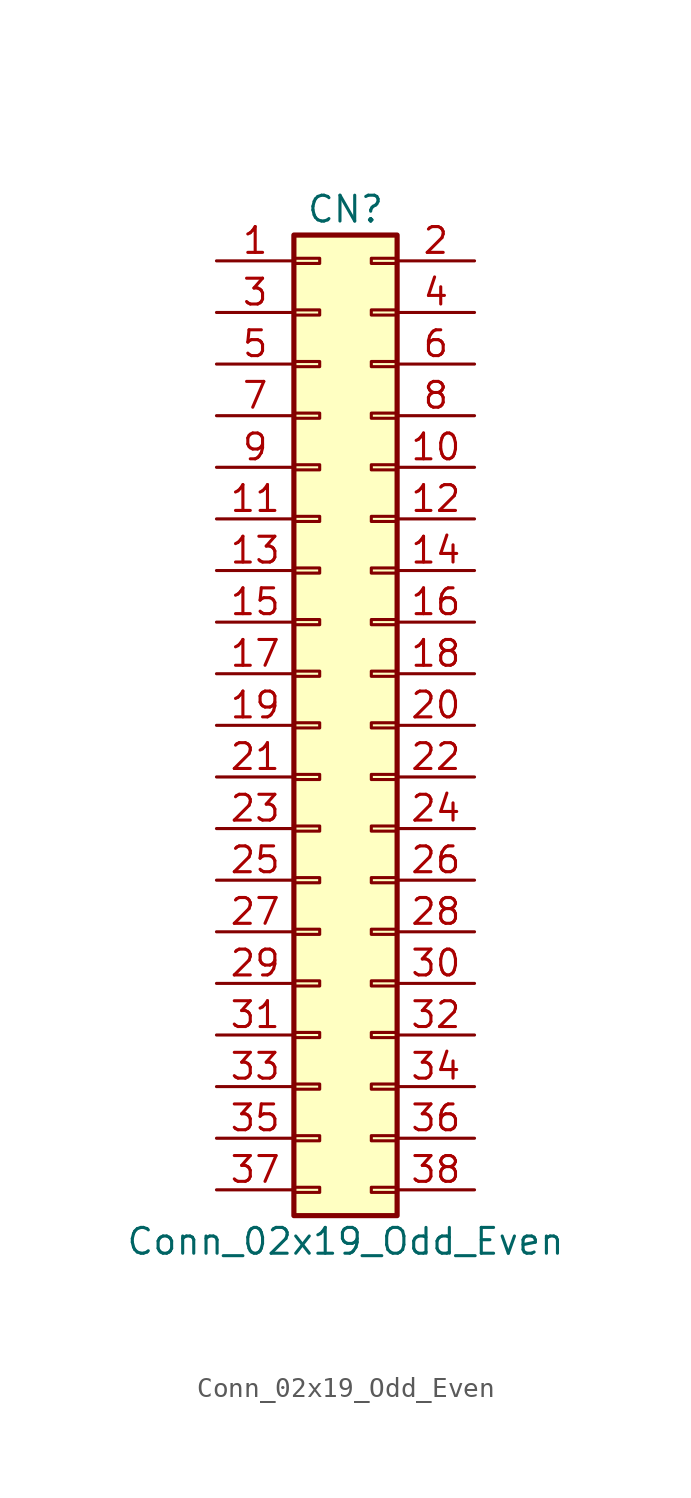
<source format=kicad_sym>
(kicad_symbol_lib
  (version 20211014)
  (generator kicad_symbol_editor)
  (symbol "Conn_02x19_Odd_Even"
    (pin_names
      (offset 1.016) hide)
    (property "Reference" "CN"
      (at 1.27 25.4 0)
      (effects (font (size 1.27 1.27))))
    (property "Value" "Conn_02x19_Odd_Even"
      (at 1.27 -25.4 0)
      (effects (font (size 1.27 1.27))))
    (symbol "Conn_02x19_Odd_Even_1_1"
      (rectangle (start -1.27 -22.733) (end 0 -22.987) (stroke (width 0.152) (type default) (color 0 0 0 0)) (fill (type none)))
      (rectangle (start -1.27 -20.193) (end 0 -20.447) (stroke (width 0.152) (type default) (color 0 0 0 0)) (fill (type none)))
      (rectangle (start -1.27 -17.653) (end 0 -17.907) (stroke (width 0.152) (type default) (color 0 0 0 0)) (fill (type none)))
      (rectangle (start -1.27 -15.113) (end 0 -15.367) (stroke (width 0.152) (type default) (color 0 0 0 0)) (fill (type none)))
      (rectangle (start -1.27 -12.573) (end 0 -12.827) (stroke (width 0.152) (type default) (color 0 0 0 0)) (fill (type none)))
      (rectangle (start -1.27 -10.033) (end 0 -10.287) (stroke (width 0.152) (type default) (color 0 0 0 0)) (fill (type none)))
      (rectangle (start -1.27 -7.493) (end 0 -7.747) (stroke (width 0.152) (type default) (color 0 0 0 0)) (fill (type none)))
      (rectangle (start -1.27 -4.953) (end 0 -5.207) (stroke (width 0.152) (type default) (color 0 0 0 0)) (fill (type none)))
      (rectangle (start -1.27 -2.413) (end 0 -2.667) (stroke (width 0.152) (type default) (color 0 0 0 0)) (fill (type none)))
      (rectangle (start -1.27 0.127) (end 0 -0.127) (stroke (width 0.152) (type default) (color 0 0 0 0)) (fill (type none)))
      (rectangle (start -1.27 2.667) (end 0 2.413) (stroke (width 0.152) (type default) (color 0 0 0 0)) (fill (type none)))
      (rectangle (start -1.27 5.207) (end 0 4.953) (stroke (width 0.152) (type default) (color 0 0 0 0)) (fill (type none)))
      (rectangle (start -1.27 7.747) (end 0 7.493) (stroke (width 0.152) (type default) (color 0 0 0 0)) (fill (type none)))
      (rectangle (start -1.27 10.287) (end 0 10.033) (stroke (width 0.152) (type default) (color 0 0 0 0)) (fill (type none)))
      (rectangle (start -1.27 12.827) (end 0 12.573) (stroke (width 0.152) (type default) (color 0 0 0 0)) (fill (type none)))
      (rectangle (start -1.27 15.367) (end 0 15.113) (stroke (width 0.152) (type default) (color 0 0 0 0)) (fill (type none)))
      (rectangle (start -1.27 17.907) (end 0 17.653) (stroke (width 0.152) (type default) (color 0 0 0 0)) (fill (type none)))
      (rectangle (start -1.27 20.447) (end 0 20.193) (stroke (width 0.152) (type default) (color 0 0 0 0)) (fill (type none)))
      (rectangle (start -1.27 22.987) (end 0 22.733) (stroke (width 0.152) (type default) (color 0 0 0 0)) (fill (type none)))
      (rectangle (start -1.27 24.13) (end 3.81 -24.13) (stroke (width 0.254) (type default) (color 0 0 0 0)) (fill (type background)))
      (rectangle (start 3.81 -22.733) (end 2.54 -22.987) (stroke (width 0.152) (type default) (color 0 0 0 0)) (fill (type none)))
      (rectangle (start 3.81 -20.193) (end 2.54 -20.447) (stroke (width 0.152) (type default) (color 0 0 0 0)) (fill (type none)))
      (rectangle (start 3.81 -17.653) (end 2.54 -17.907) (stroke (width 0.152) (type default) (color 0 0 0 0)) (fill (type none)))
      (rectangle (start 3.81 -15.113) (end 2.54 -15.367) (stroke (width 0.152) (type default) (color 0 0 0 0)) (fill (type none)))
      (rectangle (start 3.81 -12.573) (end 2.54 -12.827) (stroke (width 0.152) (type default) (color 0 0 0 0)) (fill (type none)))
      (rectangle (start 3.81 -10.033) (end 2.54 -10.287) (stroke (width 0.152) (type default) (color 0 0 0 0)) (fill (type none)))
      (rectangle (start 3.81 -7.493) (end 2.54 -7.747) (stroke (width 0.152) (type default) (color 0 0 0 0)) (fill (type none)))
      (rectangle (start 3.81 -4.953) (end 2.54 -5.207) (stroke (width 0.152) (type default) (color 0 0 0 0)) (fill (type none)))
      (rectangle (start 3.81 -2.413) (end 2.54 -2.667) (stroke (width 0.152) (type default) (color 0 0 0 0)) (fill (type none)))
      (rectangle (start 3.81 0.127) (end 2.54 -0.127) (stroke (width 0.152) (type default) (color 0 0 0 0)) (fill (type none)))
      (rectangle (start 3.81 2.667) (end 2.54 2.413) (stroke (width 0.152) (type default) (color 0 0 0 0)) (fill (type none)))
      (rectangle (start 3.81 5.207) (end 2.54 4.953) (stroke (width 0.152) (type default) (color 0 0 0 0)) (fill (type none)))
      (rectangle (start 3.81 7.747) (end 2.54 7.493) (stroke (width 0.152) (type default) (color 0 0 0 0)) (fill (type none)))
      (rectangle (start 3.81 10.287) (end 2.54 10.033) (stroke (width 0.152) (type default) (color 0 0 0 0)) (fill (type none)))
      (rectangle (start 3.81 12.827) (end 2.54 12.573) (stroke (width 0.152) (type default) (color 0 0 0 0)) (fill (type none)))
      (rectangle (start 3.81 15.367) (end 2.54 15.113) (stroke (width 0.152) (type default) (color 0 0 0 0)) (fill (type none)))
      (rectangle (start 3.81 17.907) (end 2.54 17.653) (stroke (width 0.152) (type default) (color 0 0 0 0)) (fill (type none)))
      (rectangle (start 3.81 20.447) (end 2.54 20.193) (stroke (width 0.152) (type default) (color 0 0 0 0)) (fill (type none)))
      (rectangle (start 3.81 22.987) (end 2.54 22.733) (stroke (width 0.152) (type default) (color 0 0 0 0)) (fill (type none)))
      (pin passive line (at -5.08 22.86 0) (length 3.81) (name "Pin_1" (effects (font (size 1.27 1.27)))) (number "1" (effects (font (size 1.27 1.27)))))
      (pin passive line (at 7.62 12.7 180) (length 3.81) (name "Pin_10" (effects (font (size 1.27 1.27)))) (number "10" (effects (font (size 1.27 1.27)))))
      (pin passive line (at -5.08 10.16 0) (length 3.81) (name "Pin_11" (effects (font (size 1.27 1.27)))) (number "11" (effects (font (size 1.27 1.27)))))
      (pin passive line (at 7.62 10.16 180) (length 3.81) (name "Pin_12" (effects (font (size 1.27 1.27)))) (number "12" (effects (font (size 1.27 1.27)))))
      (pin passive line (at -5.08 7.62 0) (length 3.81) (name "Pin_13" (effects (font (size 1.27 1.27)))) (number "13" (effects (font (size 1.27 1.27)))))
      (pin passive line (at 7.62 7.62 180) (length 3.81) (name "Pin_14" (effects (font (size 1.27 1.27)))) (number "14" (effects (font (size 1.27 1.27)))))
      (pin passive line (at -5.08 5.08 0) (length 3.81) (name "Pin_15" (effects (font (size 1.27 1.27)))) (number "15" (effects (font (size 1.27 1.27)))))
      (pin passive line (at 7.62 5.08 180) (length 3.81) (name "Pin_16" (effects (font (size 1.27 1.27)))) (number "16" (effects (font (size 1.27 1.27)))))
      (pin passive line (at -5.08 2.54 0) (length 3.81) (name "Pin_17" (effects (font (size 1.27 1.27)))) (number "17" (effects (font (size 1.27 1.27)))))
      (pin passive line (at 7.62 2.54 180) (length 3.81) (name "Pin_18" (effects (font (size 1.27 1.27)))) (number "18" (effects (font (size 1.27 1.27)))))
      (pin passive line (at -5.08 0 0) (length 3.81) (name "Pin_19" (effects (font (size 1.27 1.27)))) (number "19" (effects (font (size 1.27 1.27)))))
      (pin passive line (at 7.62 22.86 180) (length 3.81) (name "Pin_2" (effects (font (size 1.27 1.27)))) (number "2" (effects (font (size 1.27 1.27)))))
      (pin passive line (at 7.62 0 180) (length 3.81) (name "Pin_20" (effects (font (size 1.27 1.27)))) (number "20" (effects (font (size 1.27 1.27)))))
      (pin passive line (at -5.08 -2.54 0) (length 3.81) (name "Pin_21" (effects (font (size 1.27 1.27)))) (number "21" (effects (font (size 1.27 1.27)))))
      (pin passive line (at 7.62 -2.54 180) (length 3.81) (name "Pin_22" (effects (font (size 1.27 1.27)))) (number "22" (effects (font (size 1.27 1.27)))))
      (pin passive line (at -5.08 -5.08 0) (length 3.81) (name "Pin_23" (effects (font (size 1.27 1.27)))) (number "23" (effects (font (size 1.27 1.27)))))
      (pin passive line (at 7.62 -5.08 180) (length 3.81) (name "Pin_24" (effects (font (size 1.27 1.27)))) (number "24" (effects (font (size 1.27 1.27)))))
      (pin passive line (at -5.08 -7.62 0) (length 3.81) (name "Pin_25" (effects (font (size 1.27 1.27)))) (number "25" (effects (font (size 1.27 1.27)))))
      (pin passive line (at 7.62 -7.62 180) (length 3.81) (name "Pin_26" (effects (font (size 1.27 1.27)))) (number "26" (effects (font (size 1.27 1.27)))))
      (pin passive line (at -5.08 -10.16 0) (length 3.81) (name "Pin_27" (effects (font (size 1.27 1.27)))) (number "27" (effects (font (size 1.27 1.27)))))
      (pin passive line (at 7.62 -10.16 180) (length 3.81) (name "Pin_28" (effects (font (size 1.27 1.27)))) (number "28" (effects (font (size 1.27 1.27)))))
      (pin passive line (at -5.08 -12.7 0) (length 3.81) (name "Pin_29" (effects (font (size 1.27 1.27)))) (number "29" (effects (font (size 1.27 1.27)))))
      (pin passive line (at -5.08 20.32 0) (length 3.81) (name "Pin_3" (effects (font (size 1.27 1.27)))) (number "3" (effects (font (size 1.27 1.27)))))
      (pin passive line (at 7.62 -12.7 180) (length 3.81) (name "Pin_30" (effects (font (size 1.27 1.27)))) (number "30" (effects (font (size 1.27 1.27)))))
      (pin passive line (at -5.08 -15.24 0) (length 3.81) (name "Pin_31" (effects (font (size 1.27 1.27)))) (number "31" (effects (font (size 1.27 1.27)))))
      (pin passive line (at 7.62 -15.24 180) (length 3.81) (name "Pin_32" (effects (font (size 1.27 1.27)))) (number "32" (effects (font (size 1.27 1.27)))))
      (pin passive line (at -5.08 -17.78 0) (length 3.81) (name "Pin_33" (effects (font (size 1.27 1.27)))) (number "33" (effects (font (size 1.27 1.27)))))
      (pin passive line (at 7.62 -17.78 180) (length 3.81) (name "Pin_34" (effects (font (size 1.27 1.27)))) (number "34" (effects (font (size 1.27 1.27)))))
      (pin passive line (at -5.08 -20.32 0) (length 3.81) (name "Pin_35" (effects (font (size 1.27 1.27)))) (number "35" (effects (font (size 1.27 1.27)))))
      (pin passive line (at 7.62 -20.32 180) (length 3.81) (name "Pin_36" (effects (font (size 1.27 1.27)))) (number "36" (effects (font (size 1.27 1.27)))))
      (pin passive line (at -5.08 -22.86 0) (length 3.81) (name "Pin_37" (effects (font (size 1.27 1.27)))) (number "37" (effects (font (size 1.27 1.27)))))
      (pin passive line (at 7.62 -22.86 180) (length 3.81) (name "Pin_38" (effects (font (size 1.27 1.27)))) (number "38" (effects (font (size 1.27 1.27)))))
      (pin passive line (at 7.62 20.32 180) (length 3.81) (name "Pin_4" (effects (font (size 1.27 1.27)))) (number "4" (effects (font (size 1.27 1.27)))))
      (pin passive line (at -5.08 17.78 0) (length 3.81) (name "Pin_5" (effects (font (size 1.27 1.27)))) (number "5" (effects (font (size 1.27 1.27)))))
      (pin passive line (at 7.62 17.78 180) (length 3.81) (name "Pin_6" (effects (font (size 1.27 1.27)))) (number "6" (effects (font (size 1.27 1.27)))))
      (pin passive line (at -5.08 15.24 0) (length 3.81) (name "Pin_7" (effects (font (size 1.27 1.27)))) (number "7" (effects (font (size 1.27 1.27)))))
      (pin passive line (at 7.62 15.24 180) (length 3.81) (name "Pin_8" (effects (font (size 1.27 1.27)))) (number "8" (effects (font (size 1.27 1.27)))))
      (pin passive line (at -5.08 12.7 0) (length 3.81) (name "Pin_9" (effects (font (size 1.27 1.27)))) (number "9" (effects (font (size 1.27 1.27))))))))
</source>
